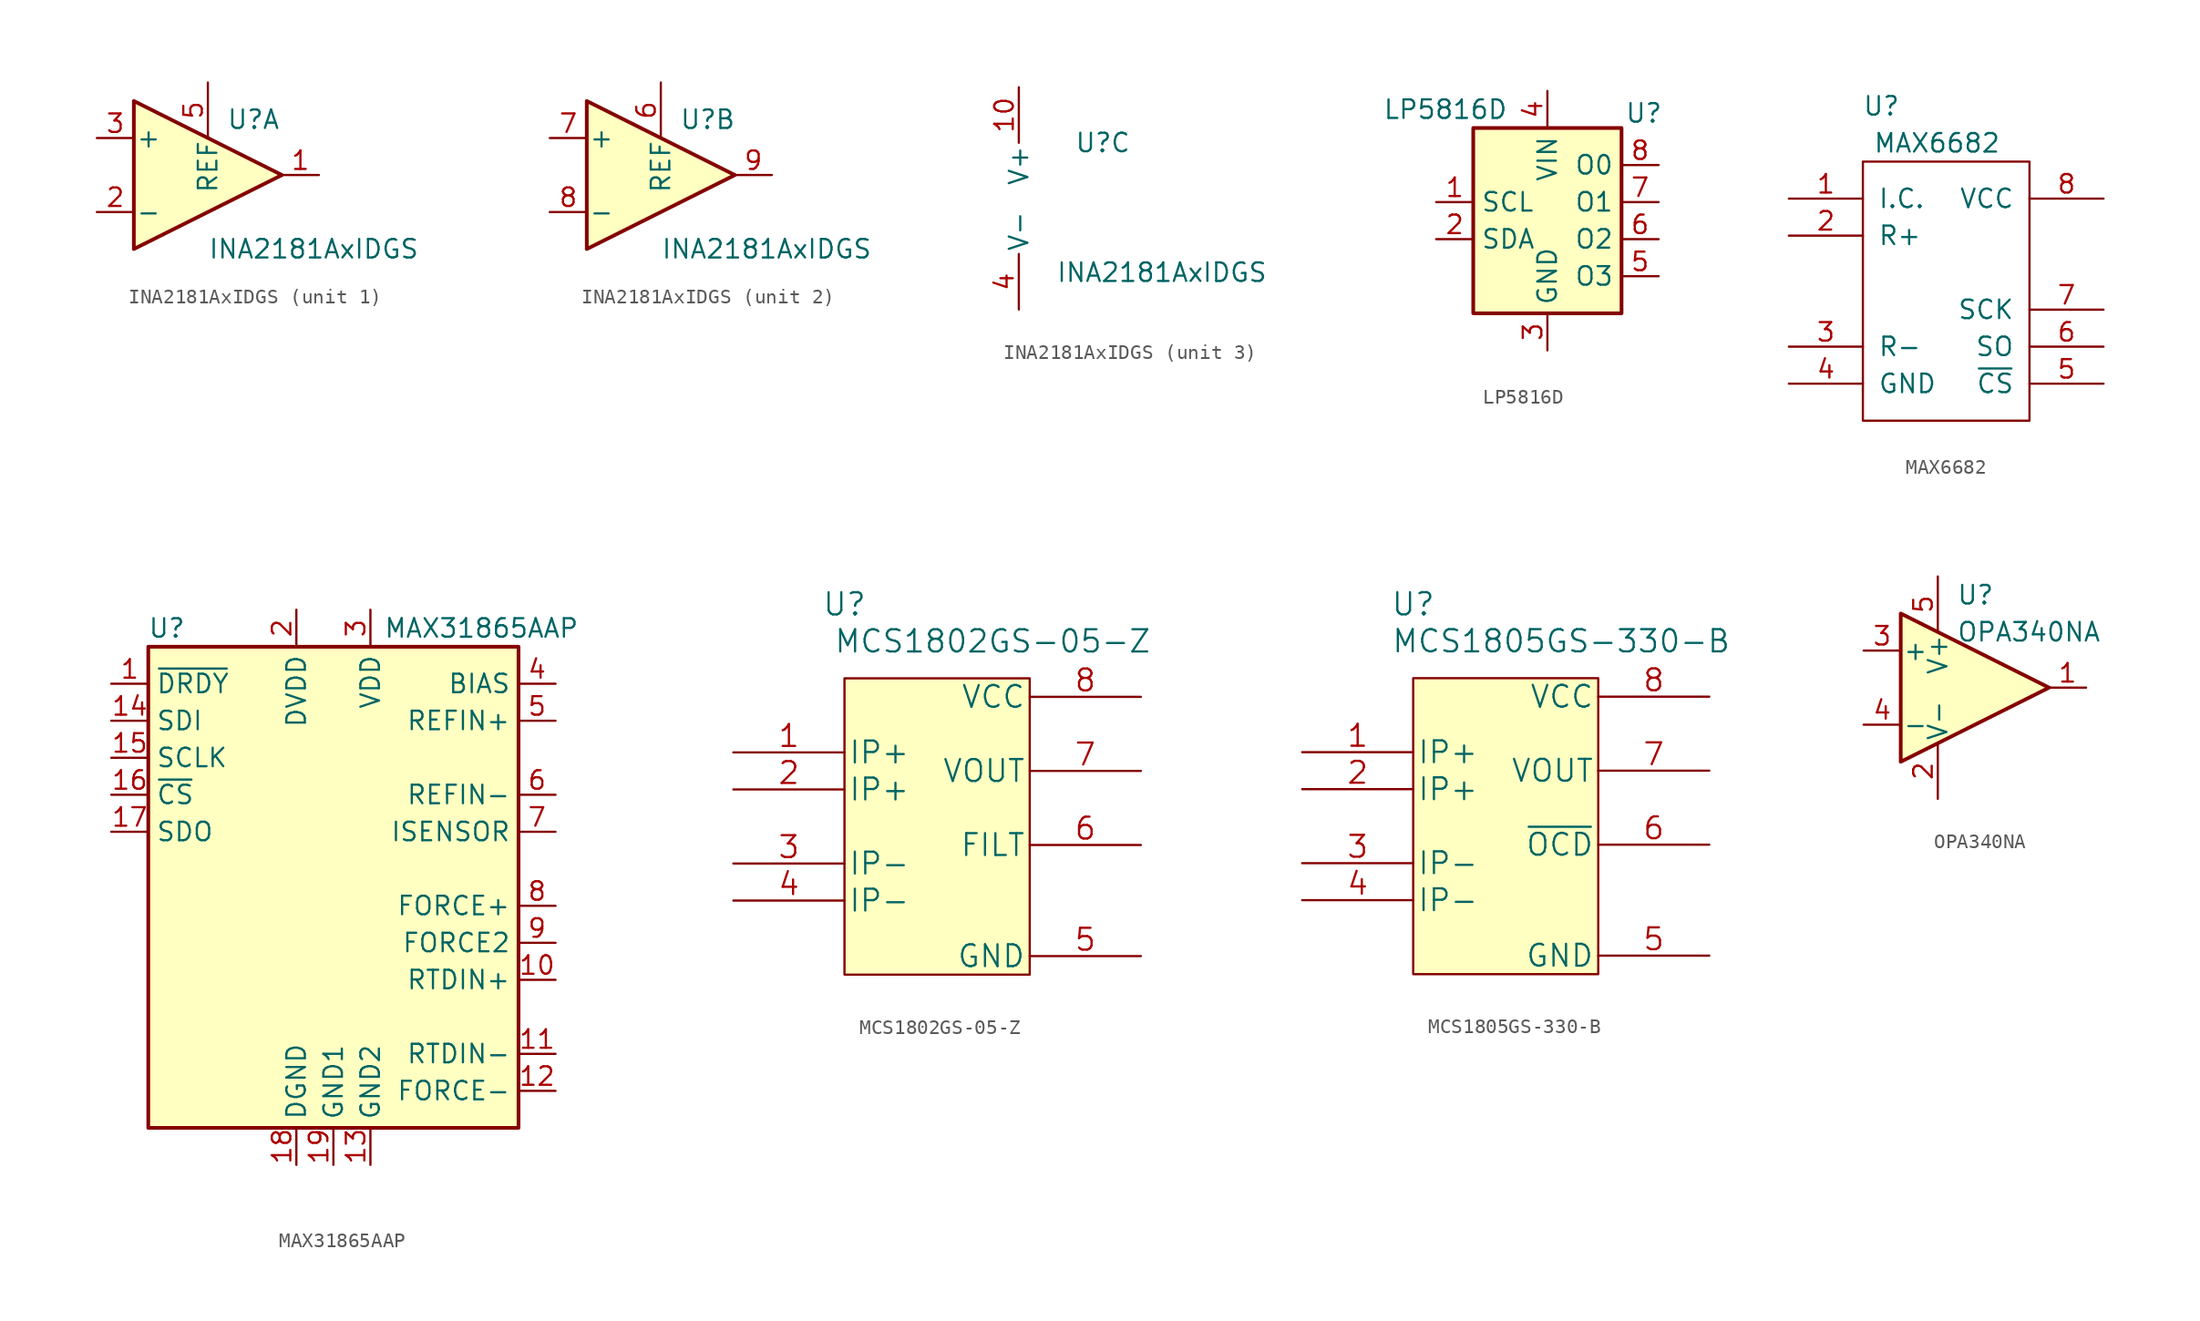
<source format=kicad_sym>
(kicad_symbol_lib
  (version 20241209)
  (generator "kicad_symbol_editor")
  (generator_version "9.0")
  (symbol "INA2181AxIDGS"
    (pin_names
      (offset 0.127))
    (property "Reference" "U"
      (at 1.27 3.81 0)
      (effects (font (size 1.27 1.27)) (justify left)))
    (property "Value" "INA2181AxIDGS"
      (at 0 -5.08 0)
      (effects (font (size 1.27 1.27)) (justify left)))
    (property "ki_locked" ""
      (at 0 0 0)
      (effects (font (size 1.27 1.27))))
    (symbol "INA2181AxIDGS_1_1"
      (polyline (pts (xy -5.08 5.08) (xy 5.08 0) (xy -5.08 -5.08) (xy -5.08 5.08)) (stroke (width 0.254) (type default)) (fill (type background)))
      (pin input line (at -7.62 2.54 0) (length 2.54) (name "+" (effects (font (size 1.27 1.27)))) (number "3" (effects (font (size 1.27 1.27)))))
      (pin input line (at -7.62 -2.54 0) (length 2.54) (name "-" (effects (font (size 1.27 1.27)))) (number "2" (effects (font (size 1.27 1.27)))))
      (pin passive line (at 0 6.35 270) (length 3.81) (name "REF" (effects (font (size 1.27 1.27)))) (number "5" (effects (font (size 1.27 1.27)))))
      (pin output line (at 7.62 0 180) (length 2.54) (name "~" (effects (font (size 1.27 1.27)))) (number "1" (effects (font (size 1.27 1.27))))))
    (symbol "INA2181AxIDGS_2_1"
      (polyline (pts (xy -5.08 5.08) (xy 5.08 0) (xy -5.08 -5.08) (xy -5.08 5.08)) (stroke (width 0.254) (type default)) (fill (type background)))
      (pin input line (at -7.62 2.54 0) (length 2.54) (name "+" (effects (font (size 1.27 1.27)))) (number "7" (effects (font (size 1.27 1.27)))))
      (pin input line (at -7.62 -2.54 0) (length 2.54) (name "-" (effects (font (size 1.27 1.27)))) (number "8" (effects (font (size 1.27 1.27)))))
      (pin passive line (at 0 6.35 270) (length 3.81) (name "REF" (effects (font (size 1.27 1.27)))) (number "6" (effects (font (size 1.27 1.27)))))
      (pin output line (at 7.62 0 180) (length 2.54) (name "~" (effects (font (size 1.27 1.27)))) (number "9" (effects (font (size 1.27 1.27))))))
    (symbol "INA2181AxIDGS_3_1"
      (pin power_in line (at -2.54 7.62 270) (length 3.81) (name "V+" (effects (font (size 1.27 1.27)))) (number "10" (effects (font (size 1.27 1.27)))))
      (pin power_in line (at -2.54 -7.62 90) (length 3.81) (name "V-" (effects (font (size 1.27 1.27)))) (number "4" (effects (font (size 1.27 1.27)))))))
  (symbol "LP5816D"
    (property "Reference" "U"
      (at 6.604 8.636 0)
      (effects (font (size 1.27 1.27))))
    (property "Value" "LP5816D"
      (at -6.985 8.89 0)
      (effects (font (size 1.27 1.27))))
    (symbol "LP5816D_1_1"
      (rectangle (start -5.08 7.62) (end 5.08 -5.08) (stroke (width 0.254) (type default)) (fill (type background)))
      (pin input line (at -7.62 2.54 0) (length 2.54) (name "SCL" (effects (font (size 1.27 1.27)))) (number "1" (effects (font (size 1.27 1.27)))))
      (pin bidirectional line (at -7.62 0 0) (length 2.54) (name "SDA" (effects (font (size 1.27 1.27)))) (number "2" (effects (font (size 1.27 1.27)))))
      (pin power_in line (at 0 10.16 270) (length 2.54) (name "VIN" (effects (font (size 1.27 1.27)))) (number "4" (effects (font (size 1.27 1.27)))))
      (pin power_in line (at 0 -7.62 90) (length 2.54) (name "GND" (effects (font (size 1.27 1.27)))) (number "3" (effects (font (size 1.27 1.27)))))
      (pin passive line (at 0 -7.62 90) (length 2.54) (hide yes) (name "GND" (effects (font (size 1.27 1.27)))) (number "9" (effects (font (size 1.27 1.27)))))
      (pin open_collector line (at 7.62 5.08 180) (length 2.54) (name "O0" (effects (font (size 1.27 1.27)))) (number "8" (effects (font (size 1.27 1.27)))))
      (pin open_collector line (at 7.62 2.54 180) (length 2.54) (name "O1" (effects (font (size 1.27 1.27)))) (number "7" (effects (font (size 1.27 1.27)))))
      (pin open_collector line (at 7.62 0 180) (length 2.54) (name "O2" (effects (font (size 1.27 1.27)))) (number "6" (effects (font (size 1.27 1.27)))))
      (pin open_collector line (at 7.62 -2.54 180) (length 2.54) (name "O3" (effects (font (size 1.27 1.27)))) (number "5" (effects (font (size 1.27 1.27)))))))
  (symbol "MAX6682"
    (pin_names
      (offset 1.016))
    (property "Reference" "U"
      (at -1.27 1.27 0)
      (effects (font (size 1.27 1.27))))
    (property "Value" "MAX6682"
      (at 2.54 -1.27 0)
      (effects (font (size 1.27 1.27))))
    (symbol "MAX6682_0_1"
      (rectangle (start -2.54 -2.54) (end 8.89 -20.32) (stroke (width 0) (type default)) (fill (type none))))
    (symbol "MAX6682_1_1"
      (pin passive line (at -7.62 -5.08 0) (length 5.08) (name "I.C." (effects (font (size 1.27 1.27)))) (number "1" (effects (font (size 1.27 1.27)))))
      (pin passive line (at -7.62 -7.62 0) (length 5.08) (name "R+" (effects (font (size 1.27 1.27)))) (number "2" (effects (font (size 1.27 1.27)))))
      (pin passive line (at -7.62 -15.24 0) (length 5.08) (name "R-" (effects (font (size 1.27 1.27)))) (number "3" (effects (font (size 1.27 1.27)))))
      (pin passive line (at -7.62 -17.78 0) (length 5.08) (name "GND" (effects (font (size 1.27 1.27)))) (number "4" (effects (font (size 1.27 1.27)))))
      (pin passive line (at 13.97 -5.08 180) (length 5.08) (name "VCC" (effects (font (size 1.27 1.27)))) (number "8" (effects (font (size 1.27 1.27)))))
      (pin passive line (at 13.97 -12.7 180) (length 5.08) (name "SCK" (effects (font (size 1.27 1.27)))) (number "7" (effects (font (size 1.27 1.27)))))
      (pin passive line (at 13.97 -15.24 180) (length 5.08) (name "SO" (effects (font (size 1.27 1.27)))) (number "6" (effects (font (size 1.27 1.27)))))
      (pin passive line (at 13.97 -17.78 180) (length 5.08) (name "~{CS}" (effects (font (size 1.27 1.27)))) (number "5" (effects (font (size 1.27 1.27)))))))
  (symbol "MAX31865AAP"
    (property "Reference" "U"
      (at -11.43 19.05 0)
      (effects (font (size 1.27 1.27))))
    (property "Value" "MAX31865AAP"
      (at 10.16 19.05 0)
      (effects (font (size 1.27 1.27))))
    (symbol "MAX31865AAP_0_1"
      (rectangle (start -12.7 17.78) (end 12.7 -15.24) (stroke (width 0.254) (type default)) (fill (type background))))
    (symbol "MAX31865AAP_1_1"
      (pin output line (at -15.24 15.24 0) (length 2.54) (name "~{DRDY}" (effects (font (size 1.27 1.27)))) (number "1" (effects (font (size 1.27 1.27)))))
      (pin input line (at -15.24 12.7 0) (length 2.54) (name "SDI" (effects (font (size 1.27 1.27)))) (number "14" (effects (font (size 1.27 1.27)))))
      (pin input line (at -15.24 10.16 0) (length 2.54) (name "SCLK" (effects (font (size 1.27 1.27)))) (number "15" (effects (font (size 1.27 1.27)))))
      (pin input line (at -15.24 7.62 0) (length 2.54) (name "~{CS}" (effects (font (size 1.27 1.27)))) (number "16" (effects (font (size 1.27 1.27)))))
      (pin tri_state line (at -15.24 5.08 0) (length 2.54) (name "SDO" (effects (font (size 1.27 1.27)))) (number "17" (effects (font (size 1.27 1.27)))))
      (pin no_connect line (at -12.7 -2.54 0) (length 2.54) (hide yes) (name "NC" (effects (font (size 1.27 1.27)))) (number "20" (effects (font (size 1.27 1.27)))))
      (pin power_in line (at -2.54 20.32 270) (length 2.54) (name "DVDD" (effects (font (size 1.27 1.27)))) (number "2" (effects (font (size 1.27 1.27)))))
      (pin power_in line (at -2.54 -17.78 90) (length 2.54) (name "DGND" (effects (font (size 1.27 1.27)))) (number "18" (effects (font (size 1.27 1.27)))))
      (pin passive line (at 0 -17.78 90) (length 2.54) (name "GND1" (effects (font (size 1.27 1.27)))) (number "19" (effects (font (size 1.27 1.27)))))
      (pin power_in line (at 2.54 20.32 270) (length 2.54) (name "VDD" (effects (font (size 1.27 1.27)))) (number "3" (effects (font (size 1.27 1.27)))))
      (pin power_in line (at 2.54 -17.78 90) (length 2.54) (name "GND2" (effects (font (size 1.27 1.27)))) (number "13" (effects (font (size 1.27 1.27)))))
      (pin passive line (at 15.24 15.24 180) (length 2.54) (name "BIAS" (effects (font (size 1.27 1.27)))) (number "4" (effects (font (size 1.27 1.27)))))
      (pin passive line (at 15.24 12.7 180) (length 2.54) (name "REFIN+" (effects (font (size 1.27 1.27)))) (number "5" (effects (font (size 1.27 1.27)))))
      (pin passive line (at 15.24 7.62 180) (length 2.54) (name "REFIN-" (effects (font (size 1.27 1.27)))) (number "6" (effects (font (size 1.27 1.27)))))
      (pin passive line (at 15.24 5.08 180) (length 2.54) (name "ISENSOR" (effects (font (size 1.27 1.27)))) (number "7" (effects (font (size 1.27 1.27)))))
      (pin passive line (at 15.24 0 180) (length 2.54) (name "FORCE+" (effects (font (size 1.27 1.27)))) (number "8" (effects (font (size 1.27 1.27)))))
      (pin passive line (at 15.24 -2.54 180) (length 2.54) (name "FORCE2" (effects (font (size 1.27 1.27)))) (number "9" (effects (font (size 1.27 1.27)))))
      (pin passive line (at 15.24 -5.08 180) (length 2.54) (name "RTDIN+" (effects (font (size 1.27 1.27)))) (number "10" (effects (font (size 1.27 1.27)))))
      (pin passive line (at 15.24 -10.16 180) (length 2.54) (name "RTDIN-" (effects (font (size 1.27 1.27)))) (number "11" (effects (font (size 1.27 1.27)))))
      (pin passive line (at 15.24 -12.7 180) (length 2.54) (name "FORCE-" (effects (font (size 1.27 1.27)))) (number "12" (effects (font (size 1.27 1.27)))))))
  (symbol "MCS1802GS-05-Z"
    (pin_names
      (offset 0.254))
    (property "Reference" "U"
      (at 7.62 7.62 0)
      (effects (font (size 1.524 1.524))))
    (property "Value" "MCS1802GS-05-Z"
      (at 17.78 5.08 0)
      (effects (font (size 1.524 1.524))))
    (symbol "MCS1802GS-05-Z_0_1"
      (rectangle (start 7.62 2.54) (end 20.32 -17.78) (stroke (width 0) (type default)) (fill (type background))))
    (symbol "MCS1802GS-05-Z_1_1"
      (pin passive line (at 0 -2.54 0) (length 7.62) (name "IP+" (effects (font (size 1.499 1.499)))) (number "1" (effects (font (size 1.499 1.499)))))
      (pin passive line (at 0 -5.08 0) (length 7.62) (name "IP+" (effects (font (size 1.499 1.499)))) (number "2" (effects (font (size 1.499 1.499)))))
      (pin passive line (at 0 -10.16 0) (length 7.62) (name "IP-" (effects (font (size 1.499 1.499)))) (number "3" (effects (font (size 1.499 1.499)))))
      (pin passive line (at 0 -12.7 0) (length 7.62) (name "IP-" (effects (font (size 1.499 1.499)))) (number "4" (effects (font (size 1.499 1.499)))))
      (pin power_in line (at 27.94 1.27 180) (length 7.62) (name "VCC" (effects (font (size 1.499 1.499)))) (number "8" (effects (font (size 1.499 1.499)))))
      (pin output line (at 27.94 -3.81 180) (length 7.62) (name "VOUT" (effects (font (size 1.499 1.499)))) (number "7" (effects (font (size 1.499 1.499)))))
      (pin passive line (at 27.94 -8.89 180) (length 7.62) (name "FILT" (effects (font (size 1.499 1.499)))) (number "6" (effects (font (size 1.499 1.499)))))
      (pin power_in line (at 27.94 -16.51 180) (length 7.62) (name "GND" (effects (font (size 1.499 1.499)))) (number "5" (effects (font (size 1.499 1.499)))))))
  (symbol "MCS1805GS-330-B"
    (pin_names
      (offset 0.254))
    (property "Reference" "U"
      (at 7.62 7.62 0)
      (effects (font (size 1.524 1.524))))
    (property "Value" "MCS1805GS-330-B"
      (at 17.78 5.08 0)
      (effects (font (size 1.524 1.524))))
    (symbol "MCS1805GS-330-B_0_1"
      (rectangle (start 7.62 2.54) (end 20.32 -17.78) (stroke (width 0) (type default)) (fill (type background))))
    (symbol "MCS1805GS-330-B_1_1"
      (pin passive line (at 0 -2.54 0) (length 7.62) (name "IP+" (effects (font (size 1.499 1.499)))) (number "1" (effects (font (size 1.499 1.499)))))
      (pin passive line (at 0 -5.08 0) (length 7.62) (name "IP+" (effects (font (size 1.499 1.499)))) (number "2" (effects (font (size 1.499 1.499)))))
      (pin passive line (at 0 -10.16 0) (length 7.62) (name "IP-" (effects (font (size 1.499 1.499)))) (number "3" (effects (font (size 1.499 1.499)))))
      (pin passive line (at 0 -12.7 0) (length 7.62) (name "IP-" (effects (font (size 1.499 1.499)))) (number "4" (effects (font (size 1.499 1.499)))))
      (pin power_in line (at 27.94 1.27 180) (length 7.62) (name "VCC" (effects (font (size 1.499 1.499)))) (number "8" (effects (font (size 1.499 1.499)))))
      (pin output line (at 27.94 -3.81 180) (length 7.62) (name "VOUT" (effects (font (size 1.499 1.499)))) (number "7" (effects (font (size 1.499 1.499)))))
      (pin passive line (at 27.94 -8.89 180) (length 7.62) (name "~{OCD}" (effects (font (size 1.499 1.499)))) (number "6" (effects (font (size 1.499 1.499)))))
      (pin power_in line (at 27.94 -16.51 180) (length 7.62) (name "GND" (effects (font (size 1.499 1.499)))) (number "5" (effects (font (size 1.499 1.499)))))))
  (symbol "OPA340NA"
    (pin_names
      (offset 0.127))
    (property "Reference" "U"
      (at -1.27 6.35 0)
      (effects (font (size 1.27 1.27)) (justify left)))
    (property "Value" "OPA340NA"
      (at -1.27 3.81 0)
      (effects (font (size 1.27 1.27)) (justify left)))
    (symbol "OPA340NA_0_1"
      (polyline (pts (xy -5.08 5.08) (xy 5.08 0) (xy -5.08 -5.08) (xy -5.08 5.08)) (stroke (width 0.254) (type default)) (fill (type background)))
      (pin power_in line (at -2.54 7.62 270) (length 3.81) (name "V+" (effects (font (size 1.27 1.27)))) (number "5" (effects (font (size 1.27 1.27)))))
      (pin power_in line (at -2.54 -7.62 90) (length 3.81) (name "V-" (effects (font (size 1.27 1.27)))) (number "2" (effects (font (size 1.27 1.27))))))
    (symbol "OPA340NA_1_1"
      (pin input line (at -7.62 2.54 0) (length 2.54) (name "+" (effects (font (size 1.27 1.27)))) (number "3" (effects (font (size 1.27 1.27)))))
      (pin input line (at -7.62 -2.54 0) (length 2.54) (name "-" (effects (font (size 1.27 1.27)))) (number "4" (effects (font (size 1.27 1.27)))))
      (pin output line (at 7.62 0 180) (length 2.54) (name "~" (effects (font (size 1.27 1.27)))) (number "1" (effects (font (size 1.27 1.27))))))))
</source>
